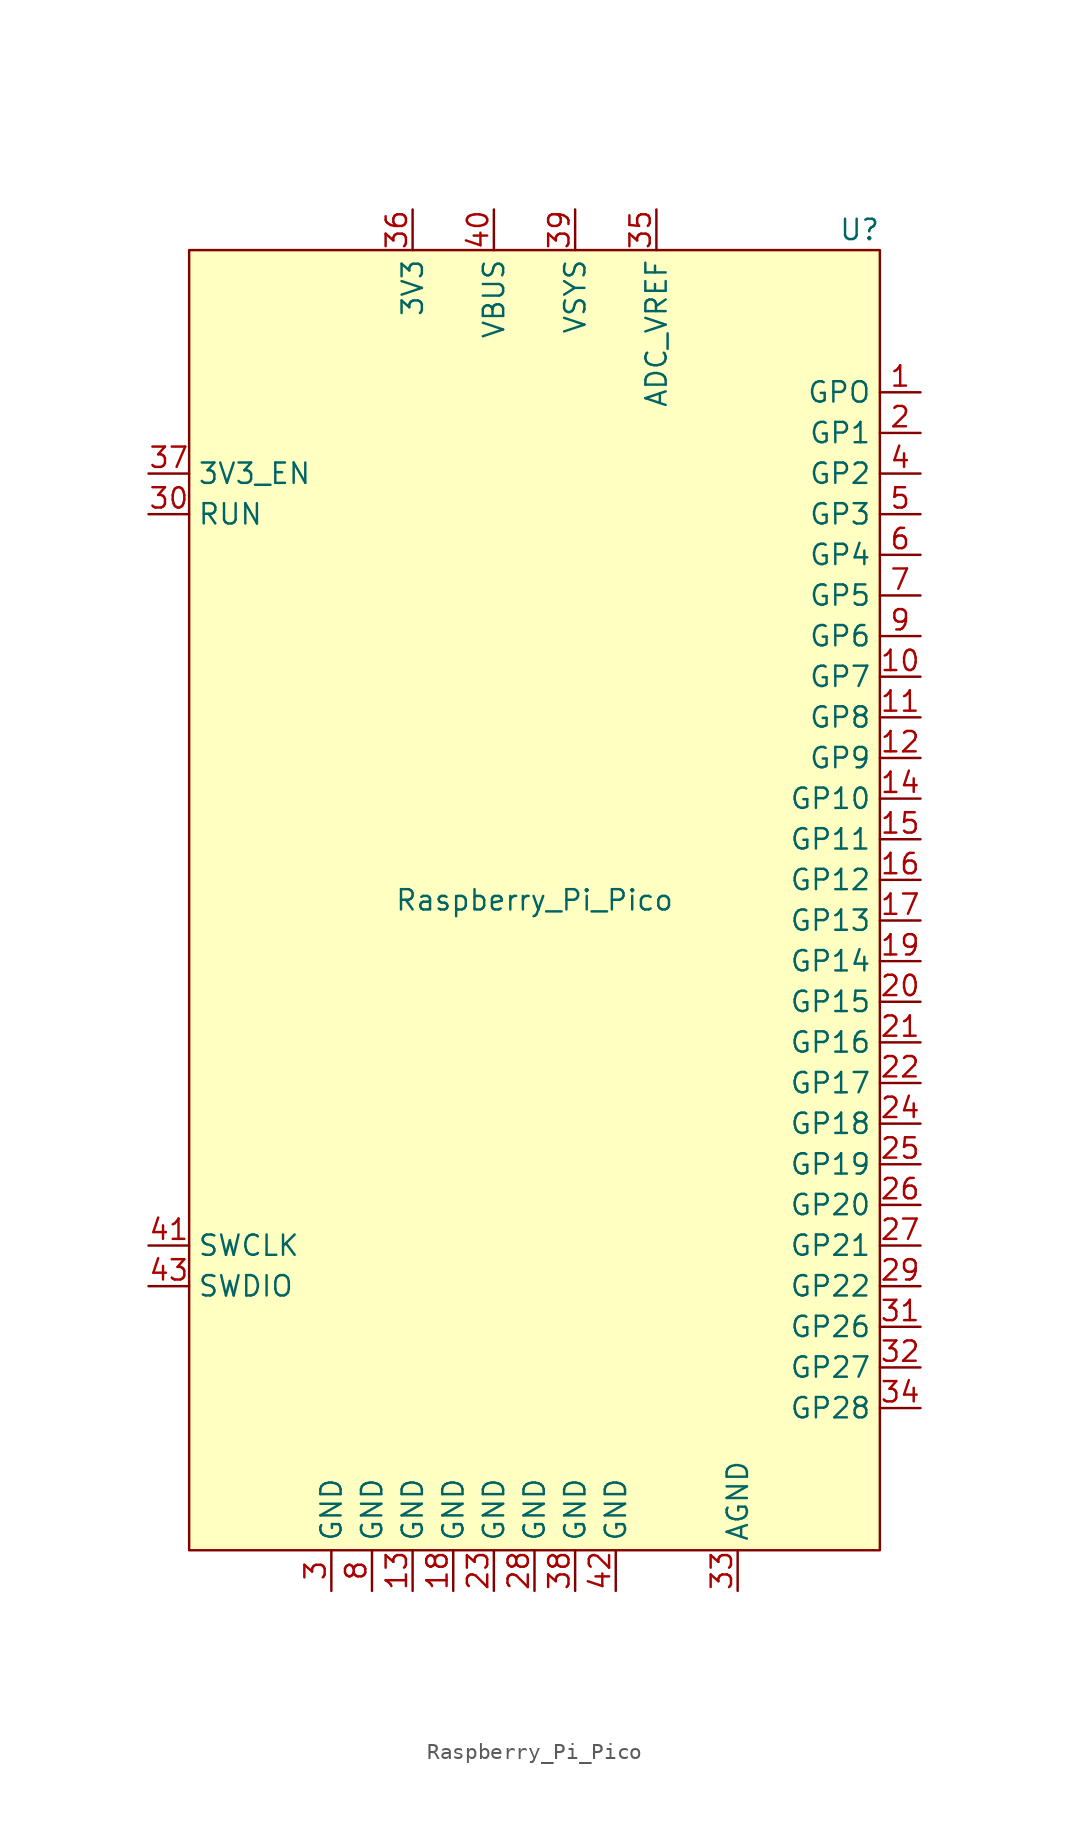
<source format=kicad_sym>
(kicad_symbol_lib
  (version 20211014)
  (generator kicad_symbol_editor)
  (symbol "Raspberry_Pi_Pico"
    (property "Reference" "U"
      (at 20.32 41.91 0)
      (effects (font (size 1.27 1.27))))
    (property "Value" "Raspberry_Pi_Pico"
      (at 0 0 0)
      (effects (font (size 1.27 1.27))))
    (symbol "Raspberry_Pi_Pico_0_0"
      (pin bidirectional line (at 24.13 31.75 180) (length 2.54) (name "GPO" (effects (font (size 1.27 1.27)))) (number "1" (effects (font (size 1.27 1.27)))))
      (pin bidirectional line (at 24.13 13.97 180) (length 2.54) (name "GP7" (effects (font (size 1.27 1.27)))) (number "10" (effects (font (size 1.27 1.27)))))
      (pin bidirectional line (at 24.13 11.43 180) (length 2.54) (name "GP8" (effects (font (size 1.27 1.27)))) (number "11" (effects (font (size 1.27 1.27)))))
      (pin bidirectional line (at 24.13 8.89 180) (length 2.54) (name "GP9" (effects (font (size 1.27 1.27)))) (number "12" (effects (font (size 1.27 1.27)))))
      (pin power_in line (at -7.62 -43.18 90) (length 2.54) (name "GND" (effects (font (size 1.27 1.27)))) (number "13" (effects (font (size 1.27 1.27)))))
      (pin bidirectional line (at 24.13 6.35 180) (length 2.54) (name "GP10" (effects (font (size 1.27 1.27)))) (number "14" (effects (font (size 1.27 1.27)))))
      (pin bidirectional line (at 24.13 3.81 180) (length 2.54) (name "GP11" (effects (font (size 1.27 1.27)))) (number "15" (effects (font (size 1.27 1.27)))))
      (pin bidirectional line (at 24.13 1.27 180) (length 2.54) (name "GP12" (effects (font (size 1.27 1.27)))) (number "16" (effects (font (size 1.27 1.27)))))
      (pin bidirectional line (at 24.13 -1.27 180) (length 2.54) (name "GP13" (effects (font (size 1.27 1.27)))) (number "17" (effects (font (size 1.27 1.27)))))
      (pin power_in line (at -5.08 -43.18 90) (length 2.54) (name "GND" (effects (font (size 1.27 1.27)))) (number "18" (effects (font (size 1.27 1.27)))))
      (pin bidirectional line (at 24.13 -3.81 180) (length 2.54) (name "GP14" (effects (font (size 1.27 1.27)))) (number "19" (effects (font (size 1.27 1.27)))))
      (pin bidirectional line (at 24.13 29.21 180) (length 2.54) (name "GP1" (effects (font (size 1.27 1.27)))) (number "2" (effects (font (size 1.27 1.27)))))
      (pin bidirectional line (at 24.13 -6.35 180) (length 2.54) (name "GP15" (effects (font (size 1.27 1.27)))) (number "20" (effects (font (size 1.27 1.27)))))
      (pin bidirectional line (at 24.13 -8.89 180) (length 2.54) (name "GP16" (effects (font (size 1.27 1.27)))) (number "21" (effects (font (size 1.27 1.27)))))
      (pin bidirectional line (at 24.13 -11.43 180) (length 2.54) (name "GP17" (effects (font (size 1.27 1.27)))) (number "22" (effects (font (size 1.27 1.27)))))
      (pin power_in line (at -2.54 -43.18 90) (length 2.54) (name "GND" (effects (font (size 1.27 1.27)))) (number "23" (effects (font (size 1.27 1.27)))))
      (pin bidirectional line (at 24.13 -13.97 180) (length 2.54) (name "GP18" (effects (font (size 1.27 1.27)))) (number "24" (effects (font (size 1.27 1.27)))))
      (pin bidirectional line (at 24.13 -16.51 180) (length 2.54) (name "GP19" (effects (font (size 1.27 1.27)))) (number "25" (effects (font (size 1.27 1.27)))))
      (pin bidirectional line (at 24.13 -19.05 180) (length 2.54) (name "GP20" (effects (font (size 1.27 1.27)))) (number "26" (effects (font (size 1.27 1.27)))))
      (pin bidirectional line (at 24.13 -21.59 180) (length 2.54) (name "GP21" (effects (font (size 1.27 1.27)))) (number "27" (effects (font (size 1.27 1.27)))))
      (pin power_in line (at 0 -43.18 90) (length 2.54) (name "GND" (effects (font (size 1.27 1.27)))) (number "28" (effects (font (size 1.27 1.27)))))
      (pin bidirectional line (at 24.13 -24.13 180) (length 2.54) (name "GP22" (effects (font (size 1.27 1.27)))) (number "29" (effects (font (size 1.27 1.27)))))
      (pin power_in line (at -12.7 -43.18 90) (length 2.54) (name "GND" (effects (font (size 1.27 1.27)))) (number "3" (effects (font (size 1.27 1.27)))))
      (pin input line (at -24.13 24.13 0) (length 2.54) (name "RUN" (effects (font (size 1.27 1.27)))) (number "30" (effects (font (size 1.27 1.27)))))
      (pin bidirectional line (at 24.13 -26.67 180) (length 2.54) (name "GP26" (effects (font (size 1.27 1.27)))) (number "31" (effects (font (size 1.27 1.27)))))
      (pin bidirectional line (at 24.13 -29.21 180) (length 2.54) (name "GP27" (effects (font (size 1.27 1.27)))) (number "32" (effects (font (size 1.27 1.27)))))
      (pin power_in line (at 12.7 -43.18 90) (length 2.54) (name "AGND" (effects (font (size 1.27 1.27)))) (number "33" (effects (font (size 1.27 1.27)))))
      (pin bidirectional line (at 24.13 -31.75 180) (length 2.54) (name "GP28" (effects (font (size 1.27 1.27)))) (number "34" (effects (font (size 1.27 1.27)))))
      (pin power_in line (at 7.62 43.18 270) (length 2.54) (name "ADC_VREF" (effects (font (size 1.27 1.27)))) (number "35" (effects (font (size 1.27 1.27)))))
      (pin power_out line (at -7.62 43.18 270) (length 2.54) (name "3V3" (effects (font (size 1.27 1.27)))) (number "36" (effects (font (size 1.27 1.27)))))
      (pin input line (at -24.13 26.67 0) (length 2.54) (name "3V3_EN" (effects (font (size 1.27 1.27)))) (number "37" (effects (font (size 1.27 1.27)))))
      (pin power_in line (at 2.54 -43.18 90) (length 2.54) (name "GND" (effects (font (size 1.27 1.27)))) (number "38" (effects (font (size 1.27 1.27)))))
      (pin power_in line (at 2.54 43.18 270) (length 2.54) (name "VSYS" (effects (font (size 1.27 1.27)))) (number "39" (effects (font (size 1.27 1.27)))))
      (pin bidirectional line (at 24.13 26.67 180) (length 2.54) (name "GP2" (effects (font (size 1.27 1.27)))) (number "4" (effects (font (size 1.27 1.27)))))
      (pin power_out line (at -2.54 43.18 270) (length 2.54) (name "VBUS" (effects (font (size 1.27 1.27)))) (number "40" (effects (font (size 1.27 1.27)))))
      (pin input line (at -24.13 -21.59 0) (length 2.54) (name "SWCLK" (effects (font (size 1.27 1.27)))) (number "41" (effects (font (size 1.27 1.27)))))
      (pin power_in line (at 5.08 -43.18 90) (length 2.54) (name "GND" (effects (font (size 1.27 1.27)))) (number "42" (effects (font (size 1.27 1.27)))))
      (pin bidirectional line (at -24.13 -24.13 0) (length 2.54) (name "SWDIO" (effects (font (size 1.27 1.27)))) (number "43" (effects (font (size 1.27 1.27)))))
      (pin bidirectional line (at 24.13 24.13 180) (length 2.54) (name "GP3" (effects (font (size 1.27 1.27)))) (number "5" (effects (font (size 1.27 1.27)))))
      (pin bidirectional line (at 24.13 21.59 180) (length 2.54) (name "GP4" (effects (font (size 1.27 1.27)))) (number "6" (effects (font (size 1.27 1.27)))))
      (pin bidirectional line (at 24.13 19.05 180) (length 2.54) (name "GP5" (effects (font (size 1.27 1.27)))) (number "7" (effects (font (size 1.27 1.27)))))
      (pin power_in line (at -10.16 -43.18 90) (length 2.54) (name "GND" (effects (font (size 1.27 1.27)))) (number "8" (effects (font (size 1.27 1.27)))))
      (pin bidirectional line (at 24.13 16.51 180) (length 2.54) (name "GP6" (effects (font (size 1.27 1.27)))) (number "9" (effects (font (size 1.27 1.27))))))
    (symbol "Raspberry_Pi_Pico_0_1"
      (rectangle (start -21.59 40.64) (end 21.59 -40.64) (stroke (width 0) (type default) (color 0 0 0 0)) (fill (type background))))))
</source>
